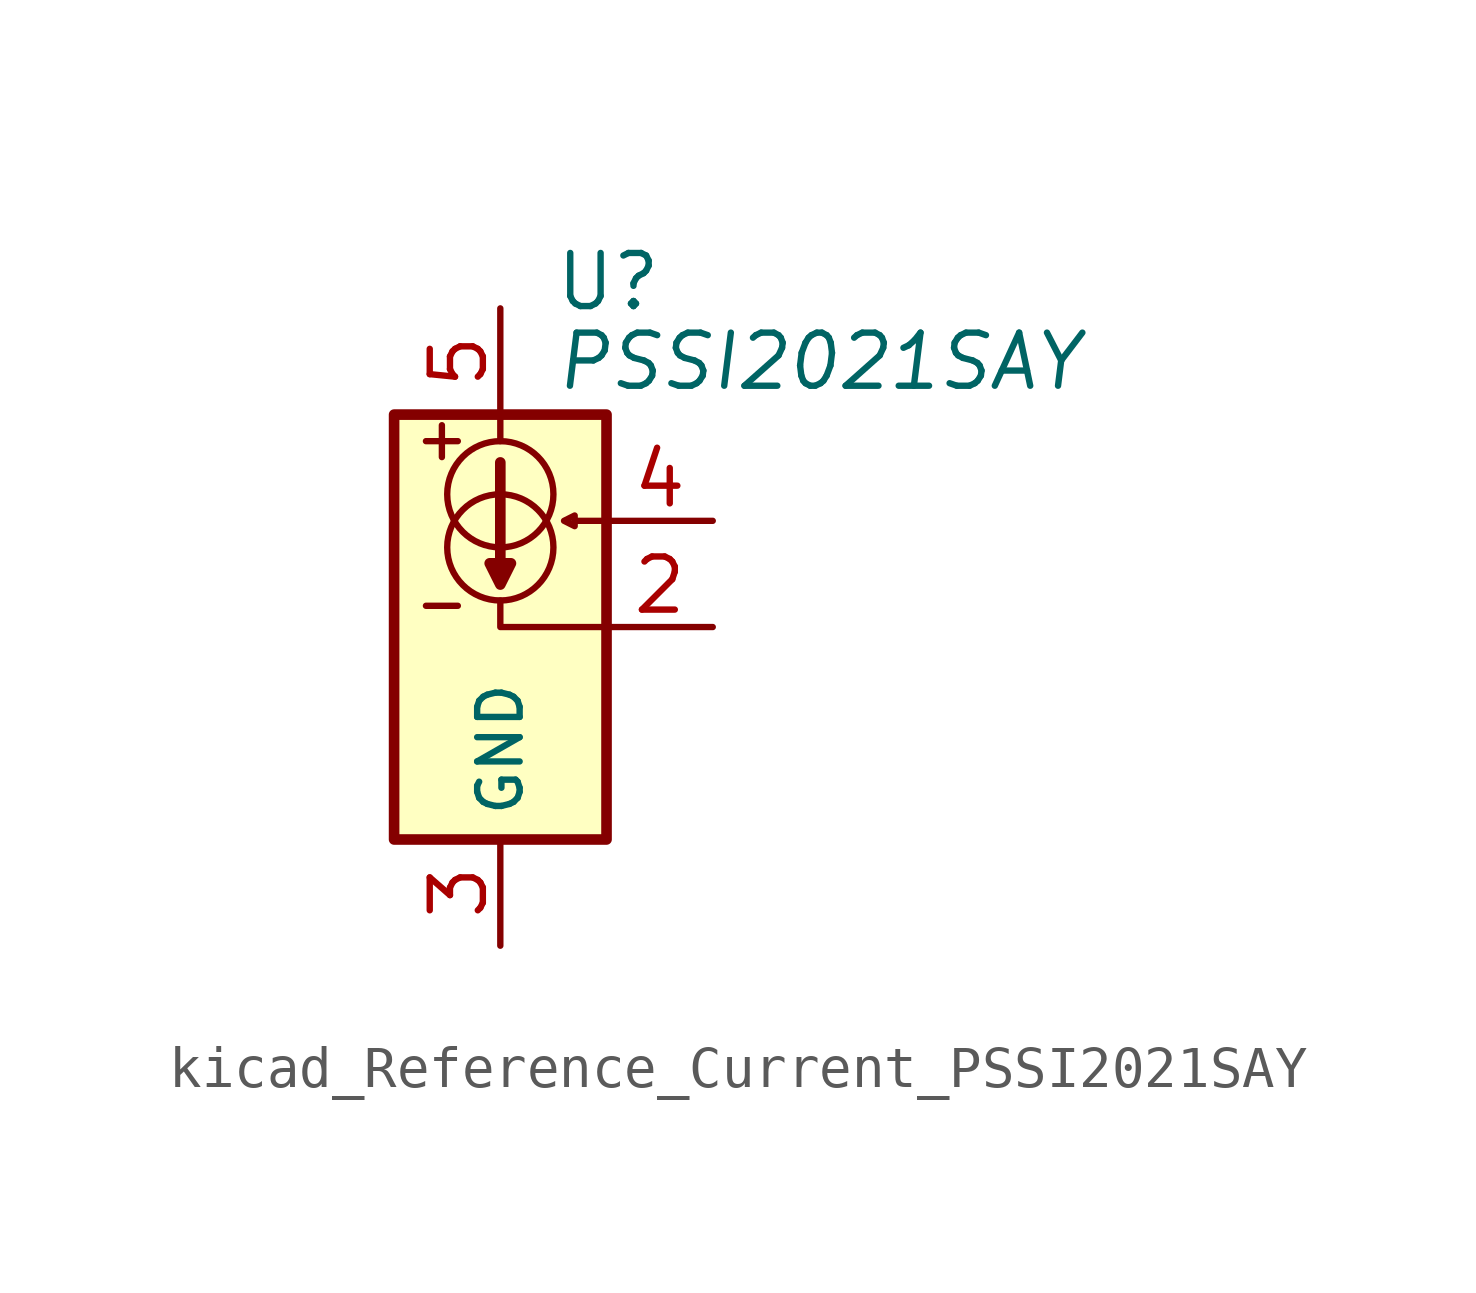
<source format=kicad_sym>
(kicad_symbol_lib
  (version 20220914)
  (generator kicad_symbol_editor)
  (symbol "kicad_Reference_Current_PSSI2021SAY"
    (property "Reference" "U"
      (at 1.27 8.255 0)
      (effects (font (size 1.27 1.27)) (justify left)))
    (property "Value" "PSSI2021SAY"
      (at 1.27 6.35 0)
      (effects (font (size 1.27 1.27) italic) (justify left)))
    (symbol "kicad_Reference_Current_PSSI2021SAY_0_1"
      (pin power_out line (at 5.08 0 180) (length 2.54) (name "~" (effects (font (size 1.27 1.27)))) (number "2" (effects (font (size 1.27 1.27))))))
    (symbol "kicad_Reference_Current_PSSI2021SAY_1_1"
      (rectangle (start -2.54 5.08) (end 2.54 -5.08) (stroke (width 0.254) (type default)) (fill (type background)))
      (polyline (pts (xy -1.778 0.508) (xy -1.016 0.508)) (stroke (width 0) (type default)) (fill (type none)))
      (polyline (pts (xy -1.778 4.445) (xy -1.016 4.445)) (stroke (width 0) (type default)) (fill (type none)))
      (polyline (pts (xy -1.397 4.826) (xy -1.397 4.064)) (stroke (width 0) (type default)) (fill (type none)))
      (polyline (pts (xy 0 3.937) (xy 0 1.143)) (stroke (width 0.254) (type default)) (fill (type none)))
      (polyline (pts (xy 0 5.08) (xy 0 4.445)) (stroke (width 0) (type default)) (fill (type none)))
      (polyline (pts (xy 2.54 0) (xy 0 0) (xy 0 0.635)) (stroke (width 0) (type default)) (fill (type none)))
      (polyline (pts (xy 0 1.016) (xy -0.254 1.524) (xy 0.254 1.524) (xy 0 1.016)) (stroke (width 0.254) (type default)) (fill (type none)))
      (polyline (pts (xy 2.54 2.54) (xy 1.778 2.54) (xy 1.778 2.667) (xy 1.524 2.54) (xy 1.778 2.413) (xy 1.778 2.54)) (stroke (width 0) (type default)) (fill (type none)))
      (circle (center 0 1.905) (radius 1.27) (stroke (width 0) (type default)) (fill (type none)))
      (circle (center 0 3.175) (radius 1.27) (stroke (width 0) (type default)) (fill (type none)))
      (pin no_connect line (at -2.54 -2.54 0) (length 2.54) hide (name "NC" (effects (font (size 1.27 1.27)))) (number "1" (effects (font (size 1.27 1.27)))))
      (pin power_in line (at 0 -7.62 90) (length 2.54) (name "GND" (effects (font (size 1.016 1.016)))) (number "3" (effects (font (size 1.27 1.27)))))
      (pin passive line (at 5.08 2.54 180) (length 2.54) (name "~" (effects (font (size 1.27 1.27)))) (number "4" (effects (font (size 1.27 1.27)))))
      (pin power_in line (at 0 7.62 270) (length 2.54) (name "~" (effects (font (size 1.27 1.27)))) (number "5" (effects (font (size 1.27 1.27))))))))
</source>
